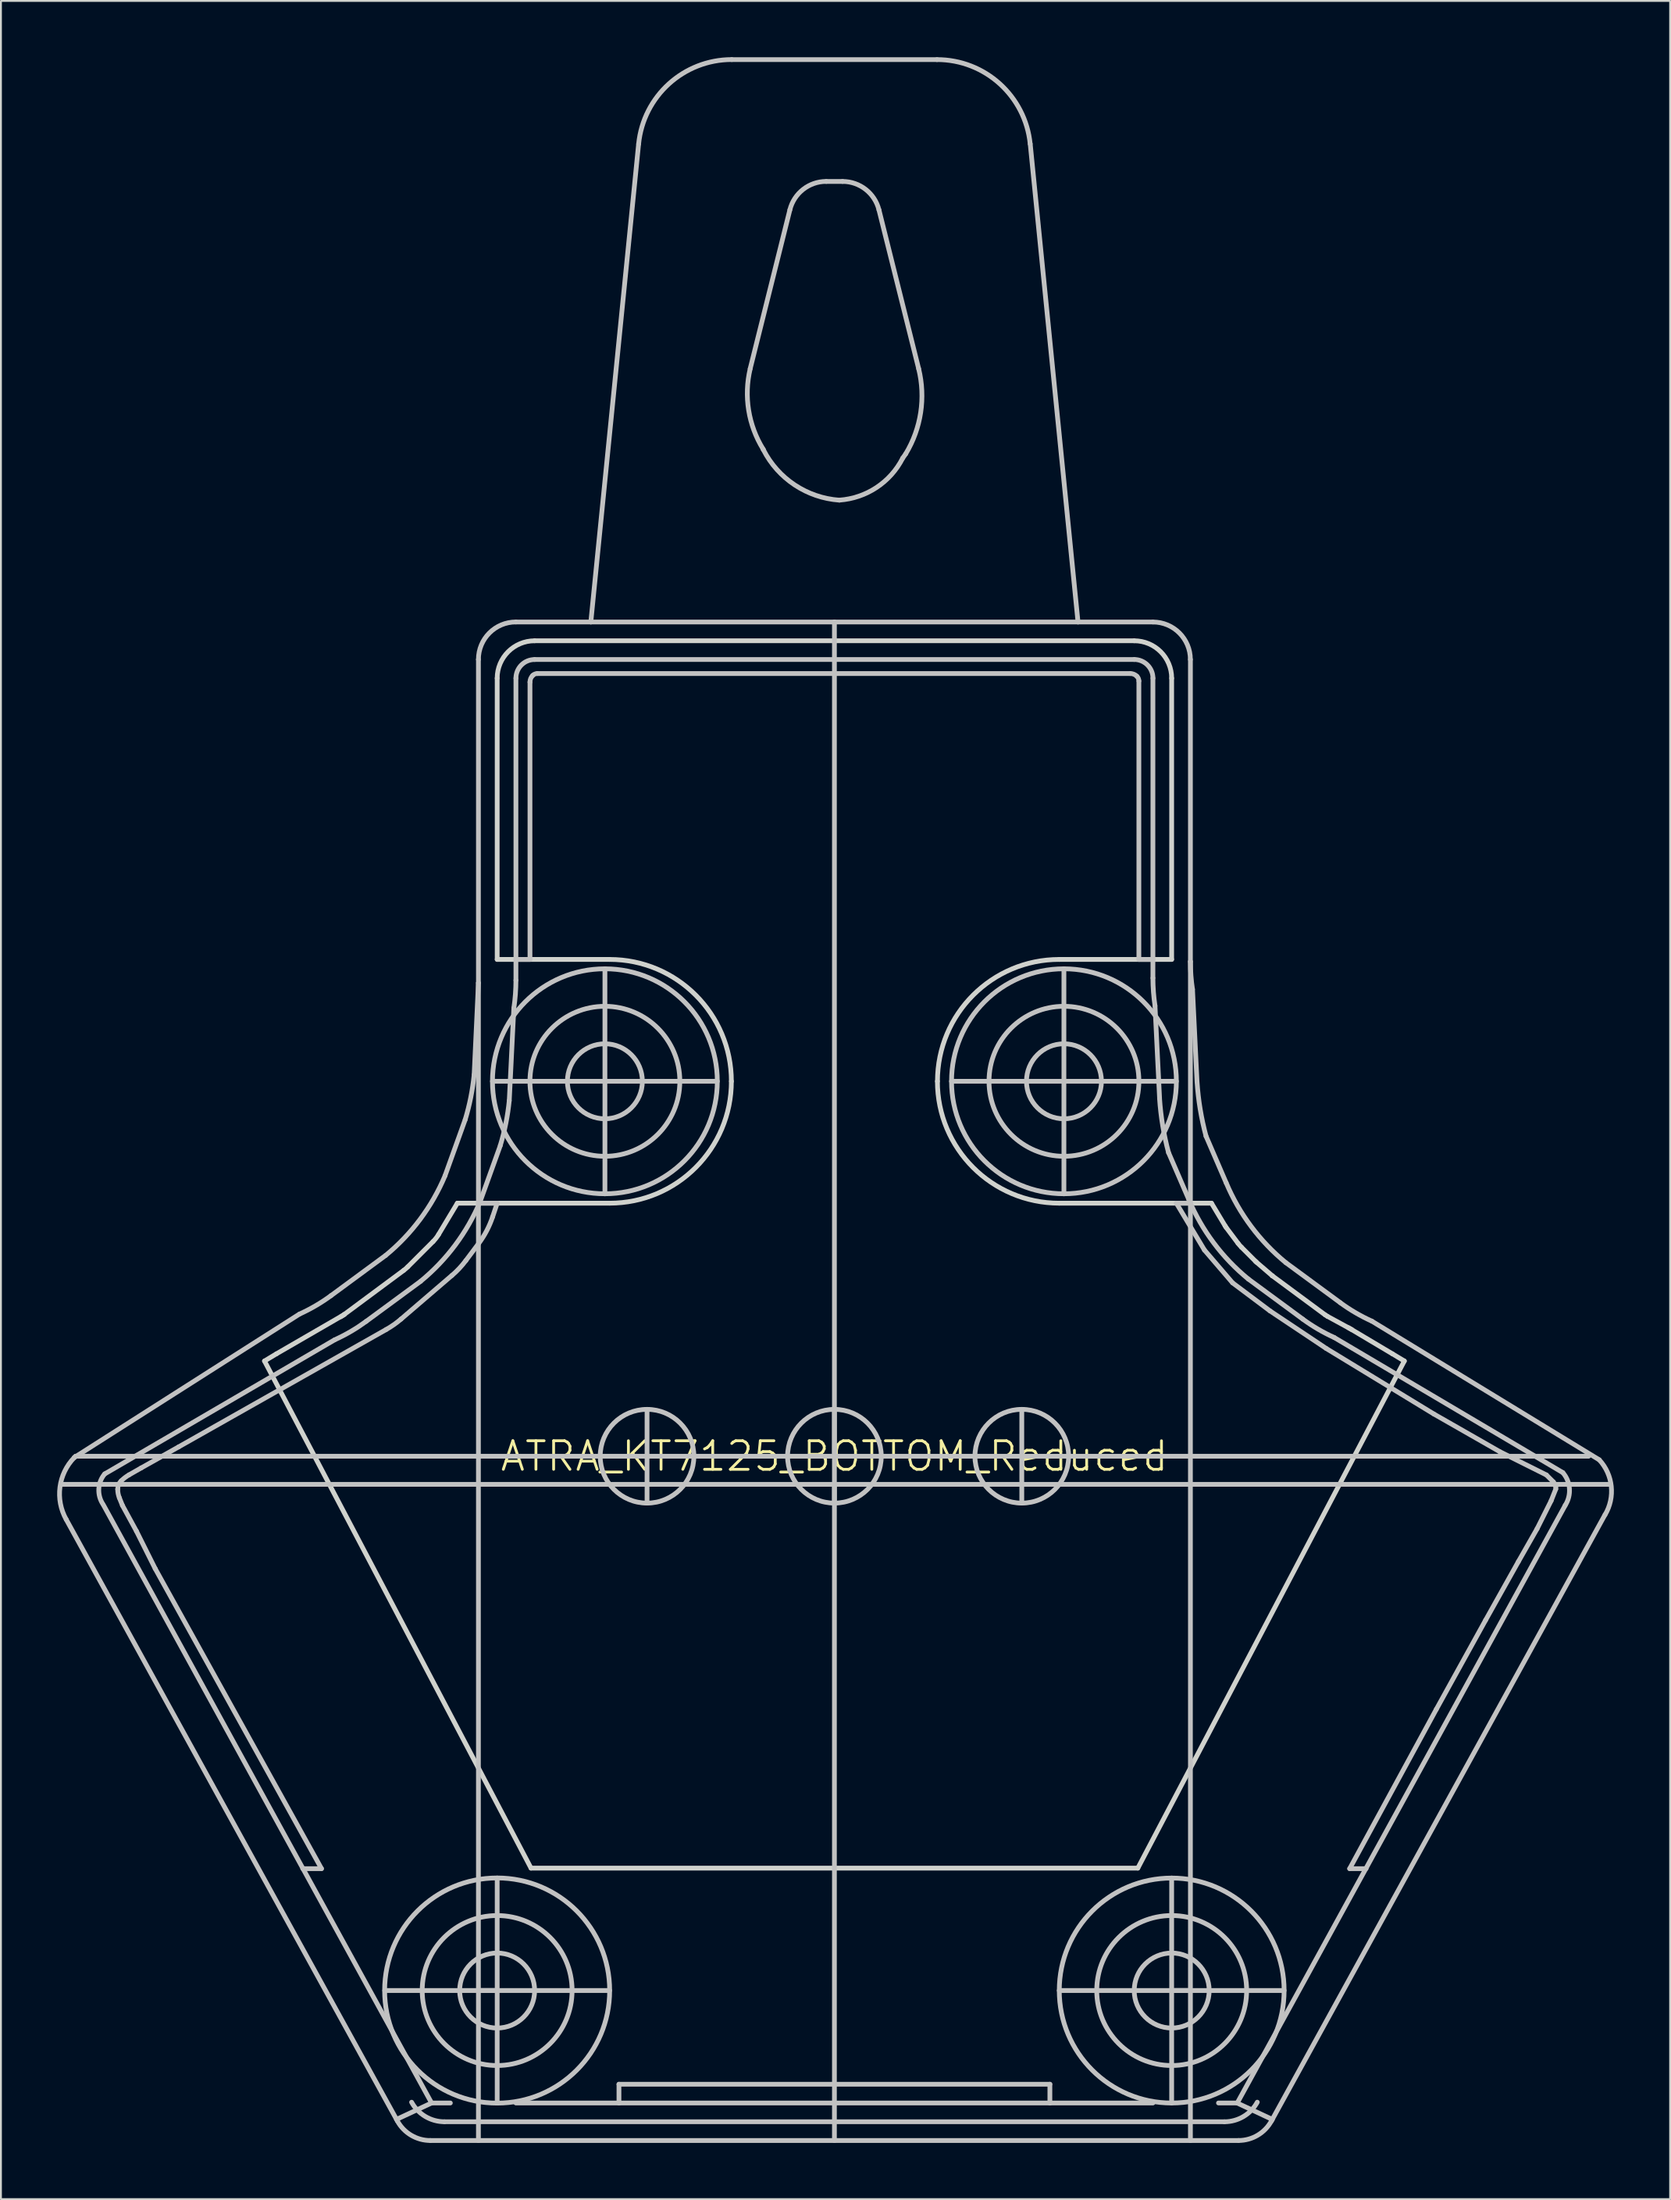
<source format=kicad_pcb>
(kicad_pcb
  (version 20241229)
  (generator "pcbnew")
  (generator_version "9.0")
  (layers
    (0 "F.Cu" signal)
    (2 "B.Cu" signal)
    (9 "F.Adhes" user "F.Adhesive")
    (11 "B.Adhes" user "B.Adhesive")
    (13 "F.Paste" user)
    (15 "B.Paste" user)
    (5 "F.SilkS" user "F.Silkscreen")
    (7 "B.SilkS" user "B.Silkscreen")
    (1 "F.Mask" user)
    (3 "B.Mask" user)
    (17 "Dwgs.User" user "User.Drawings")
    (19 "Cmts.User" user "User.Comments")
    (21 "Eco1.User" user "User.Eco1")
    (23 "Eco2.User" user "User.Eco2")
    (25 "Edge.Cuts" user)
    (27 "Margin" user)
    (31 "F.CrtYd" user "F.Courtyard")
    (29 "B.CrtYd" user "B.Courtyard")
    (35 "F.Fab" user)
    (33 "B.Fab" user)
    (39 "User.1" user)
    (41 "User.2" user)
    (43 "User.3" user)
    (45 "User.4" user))
  (footprint "ATRA_KT7125_BOTTOM_Reduced"
    (layer "F.Cu")
    (at 41.482 74.627)
    (property "Reference" "ATRA_KT7125_BOTTOM_Reduced" (at 0 0 0) (layer "F.SilkS") (effects (font (size 1.524 1.524) (thickness 0.15))))
    (attr smd)
    (fp_line (start -41.25 1.499) (end -38.623 1.499) (stroke (width 0.254) (type solid)) (layer "Dwgs.User"))
    (fp_line (start -40.998 3.373) (end -23.32 35.463) (stroke (width 0.254) (type solid)) (layer "Dwgs.User"))
    (fp_line (start -40.498 0) (end -40.566 0.066) (stroke (width 0.254) (type solid)) (layer "Dwgs.User"))
    (fp_line (start -40.498 0) (end -10 0) (stroke (width 0.254) (type solid)) (layer "Dwgs.User"))
    (fp_line (start -38.999 2.624) (end -21.499 34.498) (stroke (width 0.254) (type solid)) (layer "Dwgs.User"))
    (fp_line (start -38.623 1.499) (end 0 1.499) (stroke (width 0.254) (type solid)) (layer "Dwgs.User"))
    (fp_line (start -38.161 2.22) (end -37.998 2.624) (stroke (width 0.254) (type solid)) (layer "Dwgs.User"))
    (fp_line (start -37.998 2.624) (end -37.249 3.998) (stroke (width 0.254) (type solid)) (layer "Dwgs.User"))
    (fp_line (start -37.249 3.998) (end -36.248 5.999) (stroke (width 0.254) (type solid)) (layer "Dwgs.User"))
    (fp_line (start -36.998 0.625) (end -37.64 0.991) (stroke (width 0.254) (type solid)) (layer "Dwgs.User"))
    (fp_line (start -36.248 5.999) (end -27.374 21.999) (stroke (width 0.254) (type solid)) (layer "Dwgs.User"))
    (fp_line (start -34.999 -0.498) (end -36.998 0.625) (stroke (width 0.254) (type solid)) (layer "Dwgs.User"))
    (fp_line (start -28.552 -7.582) (end -40.566 0.066) (stroke (width 0.254) (type solid)) (layer "Dwgs.User"))
    (fp_line (start -27.374 21.999) (end -28.374 21.999) (stroke (width 0.254) (type solid)) (layer "Dwgs.User"))
    (fp_line (start -26.675 -6.208) (end -38.941 0.942) (stroke (width 0.254) (type solid)) (layer "Dwgs.User"))
    (fp_line (start -23.967 -10.701) (end -26.866 -8.567) (stroke (width 0.254) (type solid)) (layer "Dwgs.User"))
    (fp_line (start -23.922 -6.759) (end -34.999 -0.498) (stroke (width 0.254) (type solid)) (layer "Dwgs.User"))
    (fp_line (start -22.093 -9.324) (end -24.991 -7.193) (stroke (width 0.254) (type solid)) (layer "Dwgs.User"))
    (fp_line (start -21.567 36.5) (end -18.999 36.5) (stroke (width 0.254) (type solid)) (layer "Dwgs.User"))
    (fp_line (start -21.499 34.498) (end -23.373 35.375) (stroke (width 0.254) (type solid)) (layer "Dwgs.User"))
    (fp_line (start -21.499 34.498) (end -20.498 34.498) (stroke (width 0.254) (type solid)) (layer "Dwgs.User"))
    (fp_line (start -20.81 35.499) (end 20.81 35.499) (stroke (width 0.254) (type solid)) (layer "Dwgs.User"))
    (fp_line (start -20.417 -9.642) (end -23.129 -7.315) (stroke (width 0.254) (type solid)) (layer "Dwgs.User"))
    (fp_line (start -20 28.499) (end -15.999 28.499) (stroke (width 0.127) (type solid)) (layer "Dwgs.User"))
    (fp_line (start -19.708 -17.948) (end -20.78 -14.966) (stroke (width 0.254) (type solid)) (layer "Dwgs.User"))
    (fp_line (start -18.999 -25.248) (end -19.228 -20.348) (stroke (width 0.254) (type solid)) (layer "Dwgs.User"))
    (fp_line (start -18.999 -25.248) (end -18.999 -42.499) (stroke (width 0.254) (type solid)) (layer "Dwgs.User"))
    (fp_line (start -18.999 -13.498) (end -18.999 -25.248) (stroke (width 0.254) (type solid)) (layer "Dwgs.User"))
    (fp_line (start -18.999 -13.498) (end -17.998 -13.498) (stroke (width 0.254) (type solid)) (layer "Dwgs.User"))
    (fp_line (start -18.999 28.499) (end -23.998 28.499) (stroke (width 0.254) (type solid)) (layer "Dwgs.User"))
    (fp_line (start -18.999 28.499) (end -18.999 -13.498) (stroke (width 0.254) (type solid)) (layer "Dwgs.User"))
    (fp_line (start -18.999 36.5) (end -18.999 28.499) (stroke (width 0.254) (type solid)) (layer "Dwgs.User"))
    (fp_line (start -18.999 36.5) (end 0 36.5) (stroke (width 0.254) (type solid)) (layer "Dwgs.User"))
    (fp_line (start -18.986 -11.349) (end -19.67 -10.437) (stroke (width 0.254) (type solid)) (layer "Dwgs.User"))
    (fp_line (start -17.998 -13.498) (end -18.242 -12.769) (stroke (width 0.254) (type solid)) (layer "Dwgs.User"))
    (fp_line (start -17.998 22.499) (end -17.998 28.499) (stroke (width 0.254) (type solid)) (layer "Dwgs.User"))
    (fp_line (start -17.998 28.499) (end -18.999 28.499) (stroke (width 0.254) (type solid)) (layer "Dwgs.User"))
    (fp_line (start -17.998 28.499) (end -17.998 34.498) (stroke (width 0.254) (type solid)) (layer "Dwgs.User"))
    (fp_line (start -17.998 30.498) (end -17.998 26.5) (stroke (width 0.127) (type solid)) (layer "Dwgs.User"))
    (fp_line (start -17.831 -16.573) (end -18.905 -13.592) (stroke (width 0.254) (type solid)) (layer "Dwgs.User"))
    (fp_line (start -17.109 -23.901) (end -17.353 -18.971) (stroke (width 0.254) (type solid)) (layer "Dwgs.User"))
    (fp_line (start -16.998 -44.498) (end -13 -44.498) (stroke (width 0.254) (type solid)) (layer "Dwgs.User"))
    (fp_line (start -16.998 -41.499) (end -16.998 -26.5) (stroke (width 0.254) (type solid)) (layer "Dwgs.User"))
    (fp_line (start -16.998 -26.5) (end -16.998 -25.39) (stroke (width 0.254) (type solid)) (layer "Dwgs.User"))
    (fp_line (start -16.998 -26.5) (end -16.248 -26.5) (stroke (width 0.254) (type solid)) (layer "Dwgs.User"))
    (fp_line (start -16.998 34.498) (end -11.499 34.498) (stroke (width 0.254) (type solid)) (layer "Dwgs.User"))
    (fp_line (start -16.248 -26.5) (end -16.248 -41.293) (stroke (width 0.254) (type solid)) (layer "Dwgs.User"))
    (fp_line (start -15.852 -41.75) (end 15.791 -41.75) (stroke (width 0.254) (type solid)) (layer "Dwgs.User"))
    (fp_line (start -14.249 -20) (end -10.249 -20) (stroke (width 0.127) (type solid)) (layer "Dwgs.User"))
    (fp_line (start -13 -44.498) (end 0 -44.498) (stroke (width 0.254) (type solid)) (layer "Dwgs.User"))
    (fp_line (start -12.248 -25.999) (end -12.248 -20) (stroke (width 0.254) (type solid)) (layer "Dwgs.User"))
    (fp_line (start -12.248 -20) (end -18.25 -20) (stroke (width 0.254) (type solid)) (layer "Dwgs.User"))
    (fp_line (start -12.248 -20) (end -12.248 -13.998) (stroke (width 0.254) (type solid)) (layer "Dwgs.User"))
    (fp_line (start -12.248 -17.998) (end -12.248 -21.999) (stroke (width 0.127) (type solid)) (layer "Dwgs.User"))
    (fp_line (start -11.999 28.499) (end -18.999 28.499) (stroke (width 0.254) (type solid)) (layer "Dwgs.User"))
    (fp_line (start -11.499 33.498) (end 11.499 33.498) (stroke (width 0.254) (type solid)) (layer "Dwgs.User"))
    (fp_line (start -11.499 34.498) (end -11.499 33.498) (stroke (width 0.254) (type solid)) (layer "Dwgs.User"))
    (fp_line (start -11.499 34.498) (end 11.499 34.498) (stroke (width 0.254) (type solid)) (layer "Dwgs.User"))
    (fp_line (start -10.45 -69.997) (end -13 -44.498) (stroke (width 0.254) (type solid)) (layer "Dwgs.User"))
    (fp_line (start -10 -2.375) (end -10 0) (stroke (width 0.254) (type solid)) (layer "Dwgs.User"))
    (fp_line (start -10 0) (end -10 2.375) (stroke (width 0.254) (type solid)) (layer "Dwgs.User"))
    (fp_line (start -10 0) (end 0 0) (stroke (width 0.254) (type solid)) (layer "Dwgs.User"))
    (fp_line (start -6.248 -20) (end -12.248 -20) (stroke (width 0.254) (type solid)) (layer "Dwgs.User"))
    (fp_line (start -4.496 -58.009) (end -2.377 -66.484) (stroke (width 0.254) (type solid)) (layer "Dwgs.User"))
    (fp_line (start -3.79 -53.691) (end -3.807 -53.724) (stroke (width 0.254) (type solid)) (layer "Dwgs.User"))
    (fp_line (start -0.437 -67.998) (end 0.437 -67.998) (stroke (width 0.254) (type solid)) (layer "Dwgs.User"))
    (fp_line (start 0 -44.498) (end 13 -44.498) (stroke (width 0.254) (type solid)) (layer "Dwgs.User"))
    (fp_line (start 0 -2.375) (end 0 0) (stroke (width 0.254) (type solid)) (layer "Dwgs.User"))
    (fp_line (start 0 0) (end 0 -44.498) (stroke (width 0.254) (type solid)) (layer "Dwgs.User"))
    (fp_line (start 0 0) (end 10 0) (stroke (width 0.254) (type solid)) (layer "Dwgs.User"))
    (fp_line (start 0 1.499) (end 0 0) (stroke (width 0.254) (type solid)) (layer "Dwgs.User"))
    (fp_line (start 0 1.499) (end 0 2.375) (stroke (width 0.254) (type solid)) (layer "Dwgs.User"))
    (fp_line (start 0 1.499) (end 41.374 1.499) (stroke (width 0.254) (type solid)) (layer "Dwgs.User"))
    (fp_line (start 0 36.5) (end 0 1.499) (stroke (width 0.254) (type solid)) (layer "Dwgs.User"))
    (fp_line (start 0 36.5) (end 18.999 36.5) (stroke (width 0.254) (type solid)) (layer "Dwgs.User"))
    (fp_line (start 2.377 -66.484) (end 4.496 -58.009) (stroke (width 0.254) (type solid)) (layer "Dwgs.User"))
    (fp_line (start 3.807 -53.472) (end 3.642 -53.236) (stroke (width 0.254) (type solid)) (layer "Dwgs.User"))
    (fp_line (start 5.474 -74.498) (end -5.474 -74.498) (stroke (width 0.254) (type solid)) (layer "Dwgs.User"))
    (fp_line (start 10 -2.375) (end 10 0) (stroke (width 0.254) (type solid)) (layer "Dwgs.User"))
    (fp_line (start 10 0) (end 10 2.375) (stroke (width 0.254) (type solid)) (layer "Dwgs.User"))
    (fp_line (start 10 0) (end 40.249 0) (stroke (width 0.254) (type solid)) (layer "Dwgs.User"))
    (fp_line (start 10.249 -20) (end 14.249 -20) (stroke (width 0.127) (type solid)) (layer "Dwgs.User"))
    (fp_line (start 11.499 33.498) (end 11.499 34.498) (stroke (width 0.254) (type solid)) (layer "Dwgs.User"))
    (fp_line (start 11.499 34.498) (end 16.998 34.498) (stroke (width 0.254) (type solid)) (layer "Dwgs.User"))
    (fp_line (start 12.248 -25.999) (end 12.248 -20) (stroke (width 0.254) (type solid)) (layer "Dwgs.User"))
    (fp_line (start 12.248 -20) (end 6.248 -20) (stroke (width 0.254) (type solid)) (layer "Dwgs.User"))
    (fp_line (start 12.248 -20) (end 12.248 -13.998) (stroke (width 0.254) (type solid)) (layer "Dwgs.User"))
    (fp_line (start 12.248 -17.998) (end 12.248 -21.999) (stroke (width 0.127) (type solid)) (layer "Dwgs.User"))
    (fp_line (start 13 -44.498) (end 10.45 -69.997) (stroke (width 0.254) (type solid)) (layer "Dwgs.User"))
    (fp_line (start 13 -44.498) (end 16.998 -44.498) (stroke (width 0.254) (type solid)) (layer "Dwgs.User"))
    (fp_line (start 15.999 -42.499) (end -15.999 -42.499) (stroke (width 0.254) (type solid)) (layer "Dwgs.User"))
    (fp_line (start 15.999 28.499) (end 20 28.499) (stroke (width 0.127) (type solid)) (layer "Dwgs.User"))
    (fp_line (start 16.248 -41.351) (end 16.248 -26.5) (stroke (width 0.254) (type solid)) (layer "Dwgs.User"))
    (fp_line (start 16.248 -26.5) (end 16.998 -26.5) (stroke (width 0.254) (type solid)) (layer "Dwgs.User"))
    (fp_line (start 16.998 -26.5) (end 16.998 -41.499) (stroke (width 0.254) (type solid)) (layer "Dwgs.User"))
    (fp_line (start 16.998 -25.514) (end 16.998 -26.5) (stroke (width 0.254) (type solid)) (layer "Dwgs.User"))
    (fp_line (start 17.353 -19.096) (end 17.109 -24.026) (stroke (width 0.254) (type solid)) (layer "Dwgs.User"))
    (fp_line (start 17.998 22.499) (end 17.998 28.499) (stroke (width 0.254) (type solid)) (layer "Dwgs.User"))
    (fp_line (start 17.998 28.499) (end 17.998 34.498) (stroke (width 0.254) (type solid)) (layer "Dwgs.User"))
    (fp_line (start 17.998 28.499) (end 18.999 28.499) (stroke (width 0.254) (type solid)) (layer "Dwgs.User"))
    (fp_line (start 17.998 30.498) (end 17.998 26.5) (stroke (width 0.127) (type solid)) (layer "Dwgs.User"))
    (fp_line (start 18.25 -20) (end 12.248 -20) (stroke (width 0.254) (type solid)) (layer "Dwgs.User"))
    (fp_line (start 18.25 -13.498) (end 19.748 -10.998) (stroke (width 0.254) (type solid)) (layer "Dwgs.User"))
    (fp_line (start 18.905 -13.716) (end 17.831 -16.198) (stroke (width 0.254) (type solid)) (layer "Dwgs.User"))
    (fp_line (start 18.999 -42.499) (end 18.999 -26.391) (stroke (width 0.254) (type solid)) (layer "Dwgs.User"))
    (fp_line (start 18.999 -13.498) (end 18.25 -13.498) (stroke (width 0.254) (type solid)) (layer "Dwgs.User"))
    (fp_line (start 18.999 -13.498) (end 18.999 -26.391) (stroke (width 0.254) (type solid)) (layer "Dwgs.User"))
    (fp_line (start 18.999 28.499) (end 11.999 28.499) (stroke (width 0.254) (type solid)) (layer "Dwgs.User"))
    (fp_line (start 18.999 28.499) (end 18.999 -13.498) (stroke (width 0.254) (type solid)) (layer "Dwgs.User"))
    (fp_line (start 18.999 36.5) (end 18.999 28.499) (stroke (width 0.254) (type solid)) (layer "Dwgs.User"))
    (fp_line (start 19.352 -19.972) (end 19.111 -24.902) (stroke (width 0.254) (type solid)) (layer "Dwgs.User"))
    (fp_line (start 19.748 -10.998) (end 21.25 -9.248) (stroke (width 0.254) (type solid)) (layer "Dwgs.User"))
    (fp_line (start 20.498 34.498) (end 21.499 34.498) (stroke (width 0.254) (type solid)) (layer "Dwgs.User"))
    (fp_line (start 20.904 -14.592) (end 19.832 -17.074) (stroke (width 0.254) (type solid)) (layer "Dwgs.User"))
    (fp_line (start 21.25 -9.248) (end 23.249 -7.75) (stroke (width 0.254) (type solid)) (layer "Dwgs.User"))
    (fp_line (start 21.499 34.498) (end 38.999 2.624) (stroke (width 0.254) (type solid)) (layer "Dwgs.User"))
    (fp_line (start 21.499 34.503) (end 23.373 35.377) (stroke (width 0.254) (type solid)) (layer "Dwgs.User"))
    (fp_line (start 21.567 36.5) (end 18.999 36.5) (stroke (width 0.254) (type solid)) (layer "Dwgs.User"))
    (fp_line (start 23.249 -7.75) (end 26.248 -5.748) (stroke (width 0.254) (type solid)) (layer "Dwgs.User"))
    (fp_line (start 23.998 28.499) (end 18.999 28.499) (stroke (width 0.254) (type solid)) (layer "Dwgs.User"))
    (fp_line (start 24.991 -7.318) (end 22.093 -9.449) (stroke (width 0.254) (type solid)) (layer "Dwgs.User"))
    (fp_line (start 26.248 -5.748) (end 31.999 -2.248) (stroke (width 0.254) (type solid)) (layer "Dwgs.User"))
    (fp_line (start 26.993 -8.194) (end 24.092 -10.325) (stroke (width 0.254) (type solid)) (layer "Dwgs.User"))
    (fp_line (start 27.498 21.999) (end 28.374 21.999) (stroke (width 0.254) (type solid)) (layer "Dwgs.User"))
    (fp_line (start 31.999 -2.248) (end 35.499 -0.249) (stroke (width 0.254) (type solid)) (layer "Dwgs.User"))
    (fp_line (start 32.123 13.498) (end 27.498 21.999) (stroke (width 0.254) (type solid)) (layer "Dwgs.User"))
    (fp_line (start 34.75 8.748) (end 32.123 13.498) (stroke (width 0.254) (type solid)) (layer "Dwgs.User"))
    (fp_line (start 35.499 -0.249) (end 37.998 0.998) (stroke (width 0.254) (type solid)) (layer "Dwgs.User"))
    (fp_line (start 36.5 5.624) (end 34.75 8.748) (stroke (width 0.254) (type solid)) (layer "Dwgs.User"))
    (fp_line (start 37.498 3.873) (end 36.5 5.624) (stroke (width 0.254) (type solid)) (layer "Dwgs.User"))
    (fp_line (start 37.998 0.998) (end 38.374 1.374) (stroke (width 0.254) (type solid)) (layer "Dwgs.User"))
    (fp_line (start 38.25 2.375) (end 37.498 3.873) (stroke (width 0.254) (type solid)) (layer "Dwgs.User"))
    (fp_line (start 38.374 1.374) (end 38.499 1.623) (stroke (width 0.254) (type solid)) (layer "Dwgs.User"))
    (fp_line (start 38.499 1.623) (end 38.499 1.748) (stroke (width 0.254) (type solid)) (layer "Dwgs.User"))
    (fp_line (start 38.499 1.748) (end 38.25 2.375) (stroke (width 0.254) (type solid)) (layer "Dwgs.User"))
    (fp_line (start 38.875 0.874) (end 26.675 -6.332) (stroke (width 0.254) (type solid)) (layer "Dwgs.User"))
    (fp_line (start 40.818 0.191) (end 28.677 -7.209) (stroke (width 0.254) (type solid)) (layer "Dwgs.User"))
    (fp_line (start 41.123 3.124) (end 23.32 35.463) (stroke (width 0.254) (type solid)) (layer "Dwgs.User"))
    (fp_arc (start -40.99814 3.37312) (mid -41.331639 1.649158) (end -40.567368 0.068287) (stroke (width 0.254) (type solid)) (layer "Dwgs.User"))
    (fp_arc (start -39.03472 2.56286) (mid -39.258402 1.737653) (end -38.943886 0.942619) (stroke (width 0.254) (type solid)) (layer "Dwgs.User"))
    (fp_arc (start -38.24986 1.76022) (mid -38.201524 1.517216) (end -38.063873 1.311207) (stroke (width 0.254) (type solid)) (layer "Dwgs.User"))
    (fp_arc (start -38.16096 2.21996) (mid -38.227228 1.995049) (end -38.24977 1.761665) (stroke (width 0.254) (type solid)) (layer "Dwgs.User"))
    (fp_arc (start -38.0619 1.31318) (mid -37.862381 1.13883) (end -37.641555 0.9924) (stroke (width 0.254) (type solid)) (layer "Dwgs.User"))
    (fp_arc (start -26.86558 -8.56742) (mid -27.675797 -8.034516) (end -28.536891 -7.58847) (stroke (width 0.254) (type solid)) (layer "Dwgs.User"))
    (fp_arc (start -24.99106 -7.19328) (mid -25.801277 -6.660376) (end -26.662371 -6.21433) (stroke (width 0.254) (type solid)) (layer "Dwgs.User"))
    (fp_arc (start -23.12924 -7.3152) (mid -23.511746 -7.018318) (end -23.921172 -6.759821) (stroke (width 0.254) (type solid)) (layer "Dwgs.User"))
    (fp_arc (start -21.56714 36.4998) (mid -22.584493 36.221961) (end -23.3194 35.465579) (stroke (width 0.254) (type solid)) (layer "Dwgs.User"))
    (fp_arc (start -20.81022 35.49904) (mid -21.830785 35.218887) (end -22.56529 34.456955) (stroke (width 0.254) (type solid)) (layer "Dwgs.User"))
    (fp_arc (start -20.77974 -14.96568) (mid -22.108185 -12.6416) (end -23.957727 -10.70632) (stroke (width 0.254) (type solid)) (layer "Dwgs.User"))
    (fp_arc (start -19.66976 -10.43686) (mid -20.02011 -10.019168) (end -20.41385 -9.642099) (stroke (width 0.254) (type solid)) (layer "Dwgs.User"))
    (fp_arc (start -19.2278 -20.34794) (mid -19.407823 -19.141062) (end -19.704758 -17.957511) (stroke (width 0.254) (type solid)) (layer "Dwgs.User"))
    (fp_arc (start -18.9992 -42.49928) (mid -18.412968 -43.914568) (end -16.99768 -44.5008) (stroke (width 0.254) (type solid)) (layer "Dwgs.User"))
    (fp_arc (start -18.90522 -13.59154) (mid -20.23359 -11.268072) (end -22.082911 -9.333368) (stroke (width 0.254) (type solid)) (layer "Dwgs.User"))
    (fp_arc (start -18.24228 -12.76858) (mid -18.555875 -12.030718) (end -18.983407 -11.352485) (stroke (width 0.254) (type solid)) (layer "Dwgs.User"))
    (fp_arc (start -17.35328 -18.97126) (mid -17.533551 -17.764394) (end -17.830731 -16.580879) (stroke (width 0.254) (type solid)) (layer "Dwgs.User"))
    (fp_arc (start -16.99768 -41.49852) (mid -16.705308 -42.204368) (end -15.99946 -42.49674) (stroke (width 0.254) (type solid)) (layer "Dwgs.User"))
    (fp_arc (start -16.99768 -25.38984) (mid -17.025178 -24.648757) (end -17.107521 -23.911749) (stroke (width 0.254) (type solid)) (layer "Dwgs.User"))
    (fp_arc (start -16.24838 -41.29278) (mid -16.210458 -41.483864) (end -16.102439 -41.645984) (stroke (width 0.254) (type solid)) (layer "Dwgs.User"))
    (fp_arc (start -16.1036 -41.64584) (mid -15.988516 -41.722809) (end -15.852761 -41.749998) (stroke (width 0.254) (type solid)) (layer "Dwgs.User"))
    (fp_arc (start -10.44956 -69.99732) (mid -8.831903 -73.204814) (end -5.481251 -74.500177) (stroke (width 0.254) (type solid)) (layer "Dwgs.User"))
    (fp_arc (start -3.80746 -53.72354) (mid -4.577361 -55.796585) (end -4.495337 -58.006457) (stroke (width 0.254) (type solid)) (layer "Dwgs.User"))
    (fp_arc (start -2.37744 -66.4845) (mid -1.668756 -67.575309) (end -0.439106 -67.999642) (stroke (width 0.254) (type solid)) (layer "Dwgs.User"))
    (fp_arc (start 0.26416 -50.99812) (mid -2.117193 -51.808309) (end -3.790861 -53.686095) (stroke (width 0.254) (type solid)) (layer "Dwgs.User"))
    (fp_arc (start 0.43688 -67.99834) (mid 1.6662 -67.575651) (end 2.375635 -66.486342) (stroke (width 0.254) (type solid)) (layer "Dwgs.User"))
    (fp_arc (start 3.64236 -53.23586) (mid 2.24946 -51.673974) (end 0.268031 -51.000474) (stroke (width 0.254) (type solid)) (layer "Dwgs.User"))
    (fp_arc (start 4.4958 -58.00852) (mid 4.603199 -55.67317) (end 3.808722 -53.474488) (stroke (width 0.254) (type solid)) (layer "Dwgs.User"))
    (fp_arc (start 5.4737 -74.4982) (mid 8.824975 -73.208409) (end 10.44683 -70.004632) (stroke (width 0.254) (type solid)) (layer "Dwgs.User"))
    (fp_arc (start 15.79118 -41.74998) (mid 15.982264 -41.712058) (end 16.144384 -41.604039) (stroke (width 0.254) (type solid)) (layer "Dwgs.User"))
    (fp_arc (start 15.99946 -42.49928) (mid 16.707104 -42.206164) (end 17.00022 -41.49852) (stroke (width 0.254) (type solid)) (layer "Dwgs.User"))
    (fp_arc (start 16.14424 -41.60266) (mid 16.221402 -41.488546) (end 16.249138 -41.353614) (stroke (width 0.254) (type solid)) (layer "Dwgs.User"))
    (fp_arc (start 16.99768 -44.49826) (mid 18.411172 -43.912772) (end 18.99666 -42.49928) (stroke (width 0.254) (type solid)) (layer "Dwgs.User"))
    (fp_arc (start 17.10944 -24.02586) (mid 17.026325 -24.762754) (end 16.998048 -25.503781) (stroke (width 0.254) (type solid)) (layer "Dwgs.User"))
    (fp_arc (start 17.8308 -16.19758) (mid 17.520496 -17.630432) (end 17.351495 -19.086726) (stroke (width 0.254) (type solid)) (layer "Dwgs.User"))
    (fp_arc (start 19.11096 -24.90216) (mid 19.027845 -25.639054) (end 18.999568 -26.380081) (stroke (width 0.254) (type solid)) (layer "Dwgs.User"))
    (fp_arc (start 19.83232 -17.07388) (mid 19.522252 -18.506472) (end 19.35346 -19.962484) (stroke (width 0.254) (type solid)) (layer "Dwgs.User"))
    (fp_arc (start 22.09292 -9.4488) (mid 20.241127 -11.381357) (end 18.909841 -13.703338) (stroke (width 0.254) (type solid)) (layer "Dwgs.User"))
    (fp_arc (start 22.5679 34.4551) (mid 21.833976 35.218624) (end 20.813098 35.500443) (stroke (width 0.254) (type solid)) (layer "Dwgs.User"))
    (fp_arc (start 23.31974 35.46348) (mid 22.585853 36.220326) (end 21.569142 36.499083) (stroke (width 0.254) (type solid)) (layer "Dwgs.User"))
    (fp_arc (start 24.0919 -10.3251) (mid 22.240794 -12.258195) (end 20.910304 -14.580531) (stroke (width 0.254) (type solid)) (layer "Dwgs.User"))
    (fp_arc (start 26.67508 -6.33222) (mid 25.813237 -6.776984) (end 25.002141 -7.308691) (stroke (width 0.254) (type solid)) (layer "Dwgs.User"))
    (fp_arc (start 28.6766 -7.20852) (mid 27.814743 -7.65302) (end 27.003606 -8.184467) (stroke (width 0.254) (type solid)) (layer "Dwgs.User"))
    (fp_arc (start 38.8747 0.87376) (mid 39.227039 1.728204) (end 38.998118 2.623643) (stroke (width 0.254) (type solid)) (layer "Dwgs.User"))
    (fp_arc (start 40.8178 0.1905) (mid 41.459883 1.605231) (end 41.127886 3.122964) (stroke (width 0.254) (type solid)) (layer "Dwgs.User"))
    (fp_circle (center -18 28.5) (end -24 28.25) (stroke (width 0.254) (type solid)) (fill no) (layer "Dwgs.User"))
    (fp_circle (center -18 28.5) (end -22 28.5) (stroke (width 0.254) (type solid)) (fill no) (layer "Dwgs.User"))
    (fp_circle (center -18 28.5) (end -20 28.5) (stroke (width 0.254) (type solid)) (fill no) (layer "Dwgs.User"))
    (fp_circle (center -12.25 -20) (end -18.25 -20) (stroke (width 0.254) (type solid)) (fill no) (layer "Dwgs.User"))
    (fp_circle (center -12.25 -20) (end -16.25 -20) (stroke (width 0.254) (type solid)) (fill no) (layer "Dwgs.User"))
    (fp_circle (center -12.25 -20) (end -14.25 -20) (stroke (width 0.254) (type solid)) (fill no) (layer "Dwgs.User"))
    (fp_circle (center -10 0) (end -12.5 0) (stroke (width 0.254) (type solid)) (fill no) (layer "Dwgs.User"))
    (fp_circle (center 0 0) (end -2.5 0) (stroke (width 0.254) (type solid)) (fill no) (layer "Dwgs.User"))
    (fp_circle (center 10 0) (end 7.5 0) (stroke (width 0.254) (type solid)) (fill no) (layer "Dwgs.User"))
    (fp_circle (center 12.25 -20) (end 6.25 -20) (stroke (width 0.254) (type solid)) (fill no) (layer "Dwgs.User"))
    (fp_circle (center 12.25 -20) (end 8.25 -20) (stroke (width 0.254) (type solid)) (fill no) (layer "Dwgs.User"))
    (fp_circle (center 12.25 -20) (end 10.25 -20) (stroke (width 0.254) (type solid)) (fill no) (layer "Dwgs.User"))
    (fp_circle (center 18 28.5) (end 12 28.5) (stroke (width 0.254) (type solid)) (fill no) (layer "Dwgs.User"))
    (fp_circle (center 18 28.5) (end 14 28.5) (stroke (width 0.254) (type solid)) (fill no) (layer "Dwgs.User"))
    (fp_circle (center 18 28.5) (end 16 28.5) (stroke (width 0.254) (type solid)) (fill no) (layer "Dwgs.User"))
    (fp_line (start -30.416 -5.08) (end -29.782 -5.461) (stroke (width 0.254) (type solid)) (layer "Edge.Cuts"))
    (fp_line (start -30.416 -5.08) (end -16.192 21.971) (stroke (width 0.254) (type solid)) (layer "Edge.Cuts"))
    (fp_line (start -29.782 -5.461) (end -26.162 -7.556) (stroke (width 0.254) (type solid)) (layer "Edge.Cuts"))
    (fp_line (start -22.992 -9.911) (end -26.154 -7.567) (stroke (width 0.254) (type solid)) (layer "Edge.Cuts"))
    (fp_line (start -21.422 -11.45) (end -22.769 -10.104) (stroke (width 0.254) (type solid)) (layer "Edge.Cuts"))
    (fp_line (start -20.124 -13.498) (end -21.123 -11.834) (stroke (width 0.254) (type solid)) (layer "Edge.Cuts"))
    (fp_line (start -17.998 -41.499) (end -17.998 -26.5) (stroke (width 0.254) (type solid)) (layer "Edge.Cuts"))
    (fp_line (start -17.998 -26.5) (end -11.999 -26.5) (stroke (width 0.254) (type solid)) (layer "Edge.Cuts"))
    (fp_line (start -15.999 -43.498) (end 15.999 -43.498) (stroke (width 0.254) (type solid)) (layer "Edge.Cuts"))
    (fp_line (start -11.999 -13.498) (end -20.124 -13.498) (stroke (width 0.254) (type solid)) (layer "Edge.Cuts"))
    (fp_line (start 11.999 -13.498) (end 20.124 -13.498) (stroke (width 0.254) (type solid)) (layer "Edge.Cuts"))
    (fp_line (start 16.192 21.971) (end -16.192 21.971) (stroke (width 0.254) (type solid)) (layer "Edge.Cuts"))
    (fp_line (start 17.998 -41.499) (end 17.998 -26.5) (stroke (width 0.254) (type solid)) (layer "Edge.Cuts"))
    (fp_line (start 17.998 -26.5) (end 11.999 -26.5) (stroke (width 0.254) (type solid)) (layer "Edge.Cuts"))
    (fp_line (start 20.848 -12.294) (end 20.124 -13.498) (stroke (width 0.254) (type solid)) (layer "Edge.Cuts"))
    (fp_line (start 21.539 -11.361) (end 20.904 -12.207) (stroke (width 0.254) (type solid)) (layer "Edge.Cuts"))
    (fp_line (start 22.471 -10.401) (end 21.725 -11.148) (stroke (width 0.254) (type solid)) (layer "Edge.Cuts"))
    (fp_line (start 23.368 -9.627) (end 22.527 -10.348) (stroke (width 0.254) (type solid)) (layer "Edge.Cuts"))
    (fp_line (start 26.192 -7.539) (end 23.378 -9.619) (stroke (width 0.254) (type solid)) (layer "Edge.Cuts"))
    (fp_line (start 27.622 -6.749) (end 26.309 -7.465) (stroke (width 0.254) (type solid)) (layer "Edge.Cuts"))
    (fp_line (start 29.782 -5.461) (end 27.432 -6.858) (stroke (width 0.254) (type solid)) (layer "Edge.Cuts"))
    (fp_line (start 29.782 -5.461) (end 30.416 -5.08) (stroke (width 0.254) (type solid)) (layer "Edge.Cuts"))
    (fp_line (start 30.416 -5.08) (end 16.192 21.971) (stroke (width 0.254) (type solid)) (layer "Edge.Cuts"))
    (fp_arc (start -26.15438 -7.56666) (mid -26.248908 -7.500752) (end -26.347073 -7.440395) (stroke (width 0.254) (type solid)) (layer "Edge.Cuts"))
    (fp_arc (start -22.76856 -10.10412) (mid -22.875975 -10.004303) (end -22.990413 -9.912622) (stroke (width 0.254) (type solid)) (layer "Edge.Cuts"))
    (fp_arc (start -21.12264 -11.83386) (mid -21.260787 -11.632583) (end -21.422433 -11.449642) (stroke (width 0.254) (type solid)) (layer "Edge.Cuts"))
    (fp_arc (start -17.99844 -41.49852) (mid -17.412952 -42.912012) (end -15.99946 -43.4975) (stroke (width 0.254) (type solid)) (layer "Edge.Cuts"))
    (fp_arc (start -11.99896 -26.49982) (mid -7.402865 -24.596055) (end -5.4991 -19.99996) (stroke (width 0.254) (type solid)) (layer "Edge.Cuts"))
    (fp_arc (start -5.4991 -19.99996) (mid -7.401069 -15.403121) (end -11.99642 -13.49756) (stroke (width 0.254) (type solid)) (layer "Edge.Cuts"))
    (fp_arc (start 5.4991 -19.99996) (mid 7.402865 -24.596055) (end 11.99896 -26.49982) (stroke (width 0.254) (type solid)) (layer "Edge.Cuts"))
    (fp_arc (start 11.99896 -13.49756) (mid 7.401069 -15.402069) (end 5.49656 -19.99996) (stroke (width 0.254) (type solid)) (layer "Edge.Cuts"))
    (fp_arc (start 15.99946 -43.4975) (mid 17.412952 -42.912012) (end 17.99844 -41.49852) (stroke (width 0.254) (type solid)) (layer "Edge.Cuts"))
    (fp_arc (start 20.9042 -12.20724) (mid 20.87441 -12.249211) (end 20.84682 -12.29266) (stroke (width 0.254) (type solid)) (layer "Edge.Cuts"))
    (fp_arc (start 21.72462 -11.14806) (mid 21.628231 -11.251515) (end 21.53939 -11.361519) (stroke (width 0.254) (type solid)) (layer "Edge.Cuts"))
    (fp_arc (start 22.52726 -10.34796) (mid 22.498585 -10.373481) (end 22.470911 -10.400084) (stroke (width 0.254) (type solid)) (layer "Edge.Cuts"))
    (fp_arc (start 23.37816 -9.61898) (mid 23.37314 -9.622887) (end 23.368263 -9.626971) (stroke (width 0.254) (type solid)) (layer "Edge.Cuts"))
    (fp_arc (start 26.30932 -7.46506) (mid 26.250651 -7.499574) (end 26.194466 -7.537998) (stroke (width 0.254) (type solid)) (layer "Edge.Cuts")))
  (gr_rect
    (start -3 -3)
    (end 86.083 114.254)
    (stroke (width 0.1) (type default))
    (fill no)
    (layer "Edge.Cuts")))
</source>
